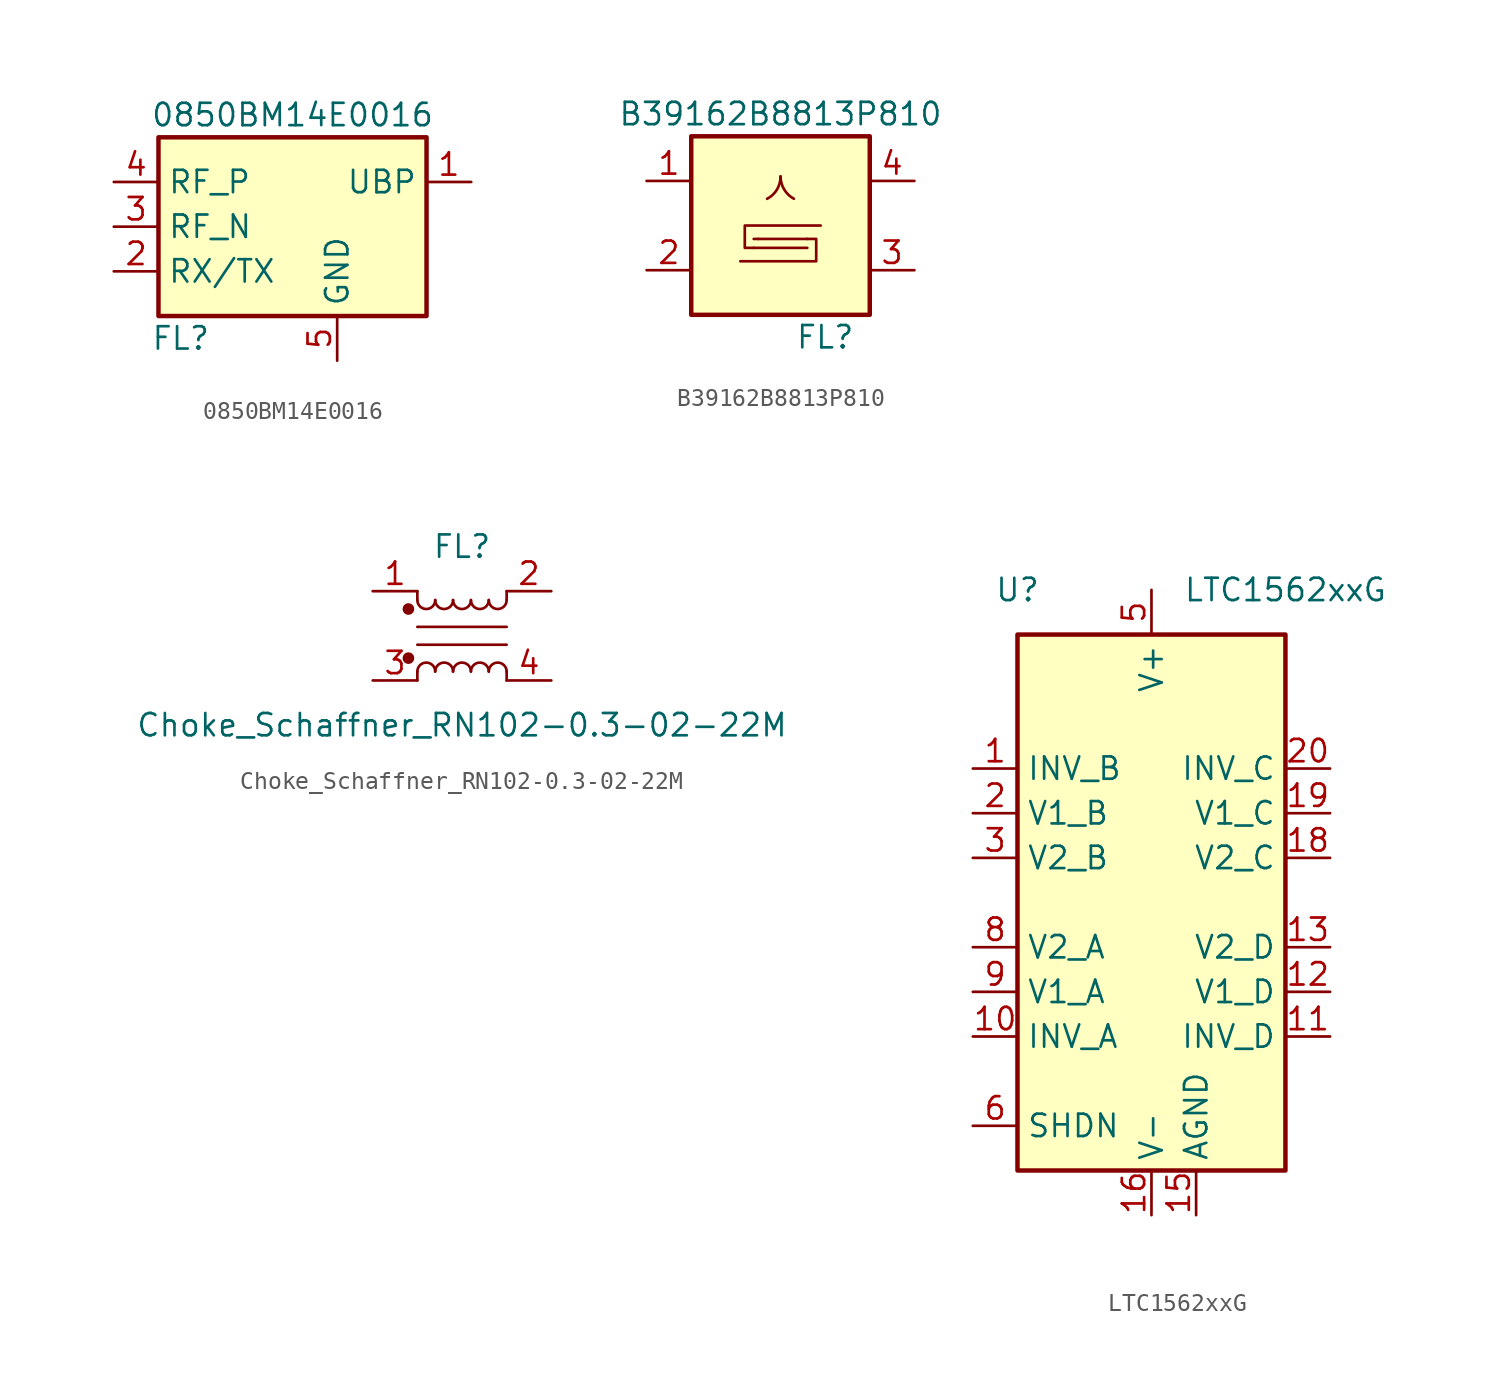
<source format=kicad_sym>
(kicad_symbol_lib
  (version 20220914)
  (generator kicad_symbol_editor)
  (symbol "0850BM14E0016"
    (property "Reference" "FL"
      (at -6.35 -6.35 0)
      (effects (font (size 1.27 1.27))))
    (property "Value" "0850BM14E0016"
      (at 0 6.35 0)
      (effects (font (size 1.27 1.27))))
    (symbol "0850BM14E0016_0_0"
      (pin passive line (at 10.16 2.54 180) (length 2.54) (name "UBP" (effects (font (size 1.27 1.27)))) (number "1" (effects (font (size 1.27 1.27)))))
      (pin passive line (at -10.16 -2.54 0) (length 2.54) (name "RX/TX" (effects (font (size 1.27 1.27)))) (number "2" (effects (font (size 1.27 1.27)))))
      (pin passive line (at -10.16 0 0) (length 2.54) (name "RF_N" (effects (font (size 1.27 1.27)))) (number "3" (effects (font (size 1.27 1.27)))))
      (pin passive line (at -10.16 2.54 0) (length 2.54) (name "RF_P" (effects (font (size 1.27 1.27)))) (number "4" (effects (font (size 1.27 1.27)))))
      (pin power_in line (at 2.54 -7.62 90) (length 2.54) (name "GND" (effects (font (size 1.27 1.27)))) (number "5" (effects (font (size 1.27 1.27)))))
      (pin passive line (at 2.54 -7.62 90) (length 2.54) hide (name "GND" (effects (font (size 1.27 1.27)))) (number "6" (effects (font (size 1.27 1.27))))))
    (symbol "0850BM14E0016_0_1"
      (rectangle (start -7.62 5.08) (end 7.62 -5.08) (stroke (width 0.254) (type default)) (fill (type background)))))
  (symbol "B39162B8813P810"
    (pin_names
      (offset 1.016))
    (property "Reference" "FL"
      (at 2.54 -6.35 0)
      (effects (font (size 1.27 1.27))))
    (property "Value" "B39162B8813P810"
      (at 0 6.35 0)
      (effects (font (size 1.27 1.27))))
    (symbol "B39162B8813P810_0_1"
      (rectangle (start -5.08 5.08) (end 5.08 -5.08) (stroke (width 0.254) (type default)) (fill (type background)))
      (arc (start -0.762 1.524) (mid -0.1988 2.0511) (end 0 2.794) (stroke (width 0) (type default)) (fill (type none)))
      (polyline (pts (xy -1.524 -0.762) (xy -1.27 -0.762)) (stroke (width 0) (type default)) (fill (type none)))
      (polyline (pts (xy 1.524 -1.27) (xy -1.524 -1.27)) (stroke (width 0) (type default)) (fill (type none)))
      (polyline (pts (xy 1.524 -0.762) (xy -1.27 -0.762)) (stroke (width 0) (type default)) (fill (type none)))
      (polyline (pts (xy -1.524 -1.27) (xy -2.032 -1.27) (xy -2.032 0) (xy 2.286 0)) (stroke (width 0) (type default)) (fill (type none)))
      (polyline (pts (xy 1.524 -0.762) (xy 2.032 -0.762) (xy 2.032 -2.032) (xy -2.286 -2.032)) (stroke (width 0) (type default)) (fill (type none)))
      (arc (start 0 2.794) (mid 0.2065 2.0558) (end 0.762 1.524) (stroke (width 0) (type default)) (fill (type none))))
    (symbol "B39162B8813P810_1_1"
      (pin passive line (at -7.62 2.54 0) (length 2.54) (name "~" (effects (font (size 1.27 1.27)))) (number "1" (effects (font (size 1.27 1.27)))))
      (pin passive line (at -7.62 -2.54 0) (length 2.54) (name "~" (effects (font (size 1.27 1.27)))) (number "2" (effects (font (size 1.27 1.27)))))
      (pin passive line (at 7.62 -2.54 180) (length 2.54) (name "~" (effects (font (size 1.27 1.27)))) (number "3" (effects (font (size 1.27 1.27)))))
      (pin passive line (at 7.62 2.54 180) (length 2.54) (name "~" (effects (font (size 1.27 1.27)))) (number "4" (effects (font (size 1.27 1.27)))))
      (pin passive line (at -7.62 -2.54 0) (length 2.54) hide (name "~" (effects (font (size 1.27 1.27)))) (number "5" (effects (font (size 1.27 1.27)))))))
  (symbol "Choke_Schaffner_RN102-0.3-02-22M"
    (pin_names hide)
    (property "Reference" "FL"
      (at 0 5.08 0)
      (effects (font (size 1.27 1.27))))
    (property "Value" "Choke_Schaffner_RN102-0.3-02-22M"
      (at 0 -5.08 0)
      (effects (font (size 1.27 1.27))))
    (symbol "Choke_Schaffner_RN102-0.3-02-22M_1_1"
      (circle (center -3.048 -1.27) (radius 0.254) (stroke (width 0) (type default)) (fill (type outline)))
      (circle (center -3.048 1.524) (radius 0.254) (stroke (width 0) (type default)) (fill (type outline)))
      (arc (start -2.54 2.032) (mid -2.032 1.5262) (end -1.524 2.032) (stroke (width 0) (type default)) (fill (type none)))
      (arc (start -1.524 -2.032) (mid -2.032 -1.5262) (end -2.54 -2.032) (stroke (width 0) (type default)) (fill (type none)))
      (arc (start -1.524 2.032) (mid -1.016 1.5262) (end -0.508 2.032) (stroke (width 0) (type default)) (fill (type none)))
      (arc (start -0.508 -2.032) (mid -1.016 -1.5262) (end -1.524 -2.032) (stroke (width 0) (type default)) (fill (type none)))
      (arc (start -0.508 2.032) (mid 0 1.5262) (end 0.508 2.032) (stroke (width 0) (type default)) (fill (type none)))
      (polyline (pts (xy -2.54 -2.032) (xy -2.54 -2.54)) (stroke (width 0) (type default)) (fill (type none)))
      (polyline (pts (xy -2.54 0.508) (xy 2.54 0.508)) (stroke (width 0) (type default)) (fill (type none)))
      (polyline (pts (xy -2.54 2.032) (xy -2.54 2.54)) (stroke (width 0) (type default)) (fill (type none)))
      (polyline (pts (xy 2.54 -2.032) (xy 2.54 -2.54)) (stroke (width 0) (type default)) (fill (type none)))
      (polyline (pts (xy 2.54 -0.508) (xy -2.54 -0.508)) (stroke (width 0) (type default)) (fill (type none)))
      (polyline (pts (xy 2.54 2.54) (xy 2.54 2.032)) (stroke (width 0) (type default)) (fill (type none)))
      (arc (start 0.508 -2.032) (mid 0 -1.5262) (end -0.508 -2.032) (stroke (width 0) (type default)) (fill (type none)))
      (arc (start 0.508 2.032) (mid 1.016 1.5262) (end 1.524 2.032) (stroke (width 0) (type default)) (fill (type none)))
      (arc (start 1.524 -2.032) (mid 1.016 -1.5262) (end 0.508 -2.032) (stroke (width 0) (type default)) (fill (type none)))
      (arc (start 1.524 2.032) (mid 2.032 1.5262) (end 2.54 2.032) (stroke (width 0) (type default)) (fill (type none)))
      (arc (start 2.54 -2.032) (mid 2.032 -1.5262) (end 1.524 -2.032) (stroke (width 0) (type default)) (fill (type none)))
      (pin passive line (at -5.08 2.54 0) (length 2.54) (name "1" (effects (font (size 1.27 1.27)))) (number "1" (effects (font (size 1.27 1.27)))))
      (pin passive line (at 5.08 2.54 180) (length 2.54) (name "2" (effects (font (size 1.27 1.27)))) (number "2" (effects (font (size 1.27 1.27)))))
      (pin passive line (at -5.08 -2.54 0) (length 2.54) (name "3" (effects (font (size 1.27 1.27)))) (number "3" (effects (font (size 1.27 1.27)))))
      (pin passive line (at 5.08 -2.54 180) (length 2.54) (name "4" (effects (font (size 1.27 1.27)))) (number "4" (effects (font (size 1.27 1.27)))))))
  (symbol "LTC1562xxG"
    (property "Reference" "U"
      (at -7.62 17.78 0)
      (effects (font (size 1.27 1.27))))
    (property "Value" "LTC1562xxG"
      (at 7.62 17.78 0)
      (effects (font (size 1.27 1.27))))
    (symbol "LTC1562xxG_0_1"
      (rectangle (start -7.62 15.24) (end 7.62 -15.24) (stroke (width 0.254) (type default)) (fill (type background))))
    (symbol "LTC1562xxG_1_1"
      (pin input line (at -10.16 7.62 0) (length 2.54) (name "INV_B" (effects (font (size 1.27 1.27)))) (number "1" (effects (font (size 1.27 1.27)))))
      (pin input line (at -10.16 -7.62 0) (length 2.54) (name "INV_A" (effects (font (size 1.27 1.27)))) (number "10" (effects (font (size 1.27 1.27)))))
      (pin input line (at 10.16 -7.62 180) (length 2.54) (name "INV_D" (effects (font (size 1.27 1.27)))) (number "11" (effects (font (size 1.27 1.27)))))
      (pin output line (at 10.16 -5.08 180) (length 2.54) (name "V1_D" (effects (font (size 1.27 1.27)))) (number "12" (effects (font (size 1.27 1.27)))))
      (pin output line (at 10.16 -2.54 180) (length 2.54) (name "V2_D" (effects (font (size 1.27 1.27)))) (number "13" (effects (font (size 1.27 1.27)))))
      (pin passive line (at 0 -17.78 90) (length 2.54) hide (name "V-" (effects (font (size 1.27 1.27)))) (number "14" (effects (font (size 1.27 1.27)))))
      (pin power_in line (at 2.54 -17.78 90) (length 2.54) (name "AGND" (effects (font (size 1.27 1.27)))) (number "15" (effects (font (size 1.27 1.27)))))
      (pin power_in line (at 0 -17.78 90) (length 2.54) (name "V-" (effects (font (size 1.27 1.27)))) (number "16" (effects (font (size 1.27 1.27)))))
      (pin passive line (at 0 -17.78 90) (length 2.54) hide (name "V-" (effects (font (size 1.27 1.27)))) (number "17" (effects (font (size 1.27 1.27)))))
      (pin output line (at 10.16 2.54 180) (length 2.54) (name "V2_C" (effects (font (size 1.27 1.27)))) (number "18" (effects (font (size 1.27 1.27)))))
      (pin output line (at 10.16 5.08 180) (length 2.54) (name "V1_C" (effects (font (size 1.27 1.27)))) (number "19" (effects (font (size 1.27 1.27)))))
      (pin output line (at -10.16 5.08 0) (length 2.54) (name "V1_B" (effects (font (size 1.27 1.27)))) (number "2" (effects (font (size 1.27 1.27)))))
      (pin input line (at 10.16 7.62 180) (length 2.54) (name "INV_C" (effects (font (size 1.27 1.27)))) (number "20" (effects (font (size 1.27 1.27)))))
      (pin output line (at -10.16 2.54 0) (length 2.54) (name "V2_B" (effects (font (size 1.27 1.27)))) (number "3" (effects (font (size 1.27 1.27)))))
      (pin passive line (at 0 -17.78 90) (length 2.54) hide (name "V-" (effects (font (size 1.27 1.27)))) (number "4" (effects (font (size 1.27 1.27)))))
      (pin power_in line (at 0 17.78 270) (length 2.54) (name "V+" (effects (font (size 1.27 1.27)))) (number "5" (effects (font (size 1.27 1.27)))))
      (pin input line (at -10.16 -12.7 0) (length 2.54) (name "SHDN" (effects (font (size 1.27 1.27)))) (number "6" (effects (font (size 1.27 1.27)))))
      (pin passive line (at 0 -17.78 90) (length 2.54) hide (name "V-" (effects (font (size 1.27 1.27)))) (number "7" (effects (font (size 1.27 1.27)))))
      (pin output line (at -10.16 -2.54 0) (length 2.54) (name "V2_A" (effects (font (size 1.27 1.27)))) (number "8" (effects (font (size 1.27 1.27)))))
      (pin output line (at -10.16 -5.08 0) (length 2.54) (name "V1_A" (effects (font (size 1.27 1.27)))) (number "9" (effects (font (size 1.27 1.27))))))))
</source>
